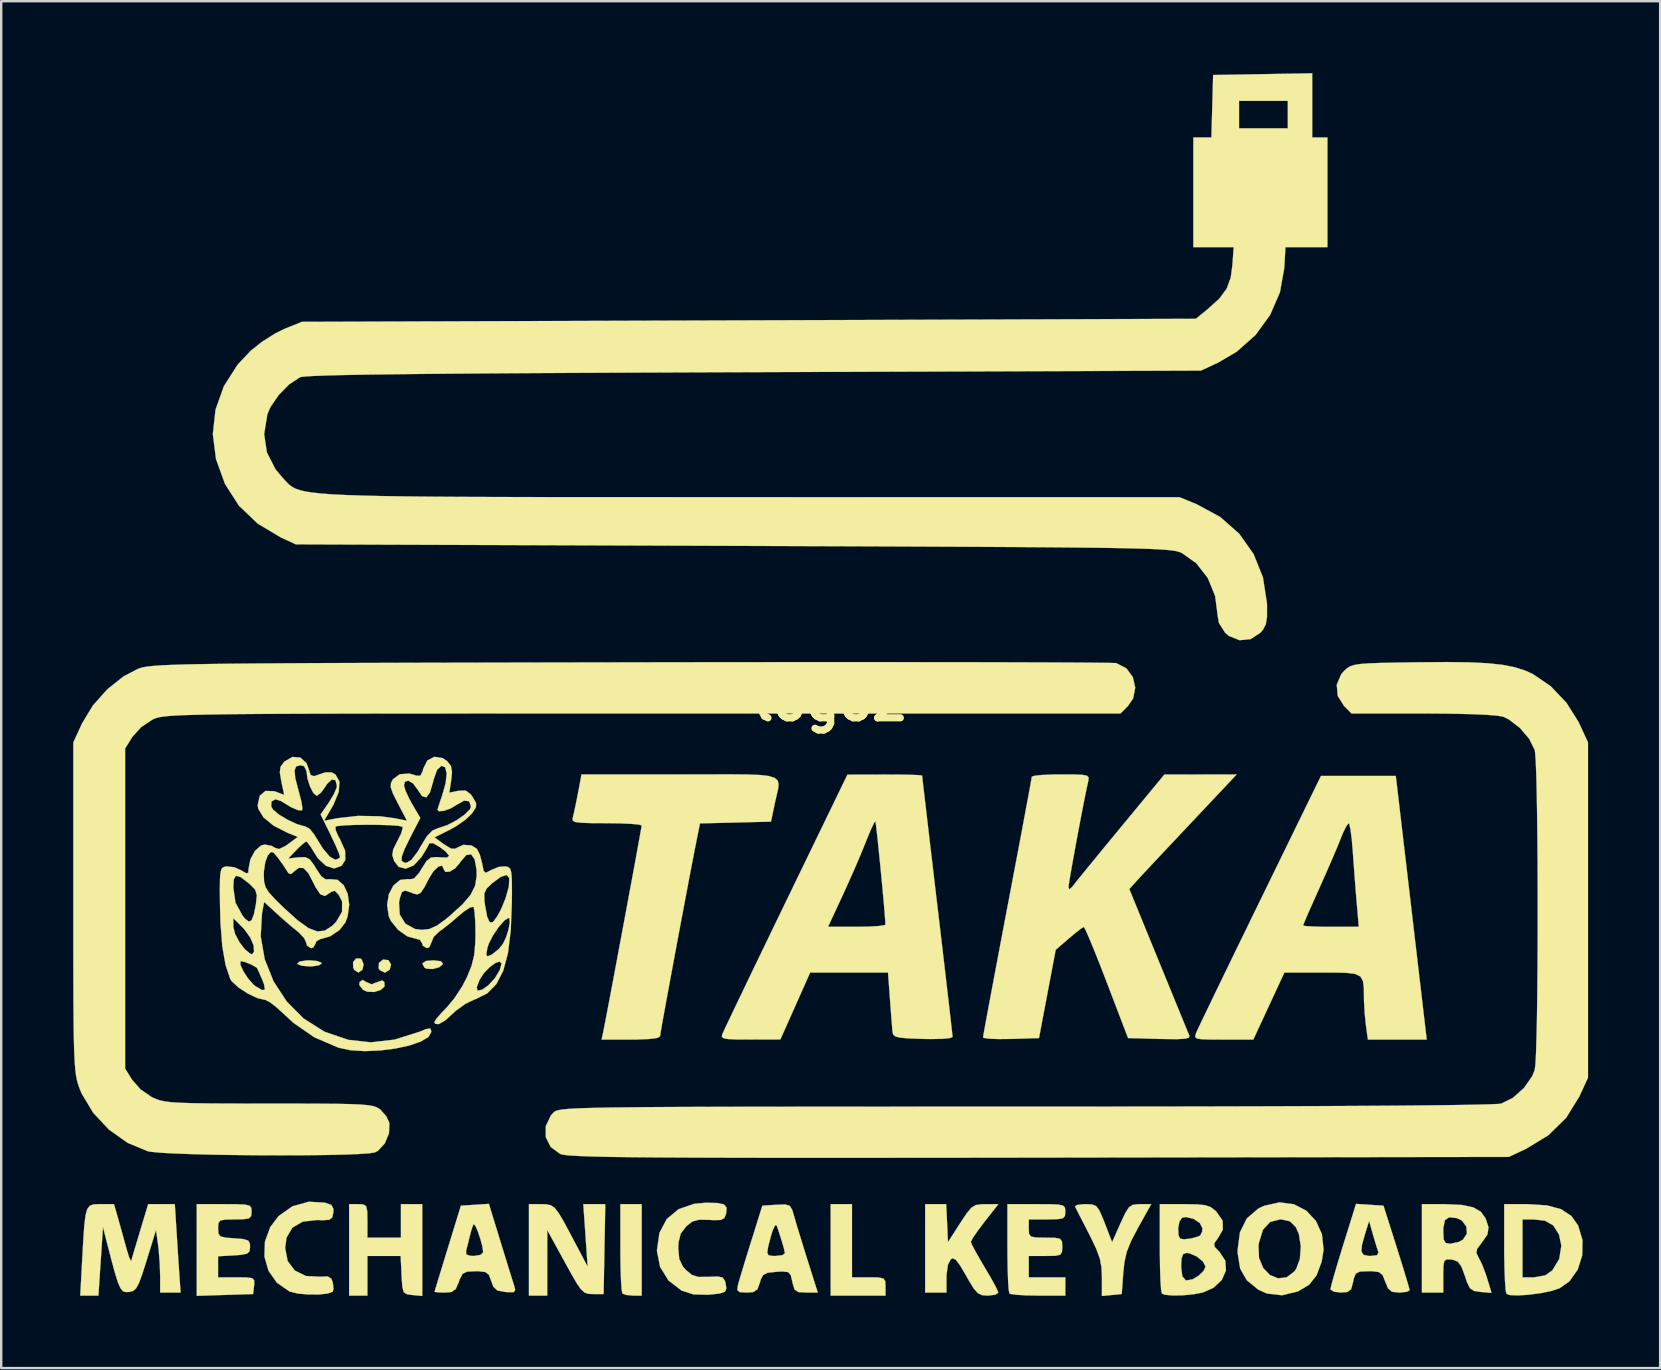
<source format=kicad_pcb>
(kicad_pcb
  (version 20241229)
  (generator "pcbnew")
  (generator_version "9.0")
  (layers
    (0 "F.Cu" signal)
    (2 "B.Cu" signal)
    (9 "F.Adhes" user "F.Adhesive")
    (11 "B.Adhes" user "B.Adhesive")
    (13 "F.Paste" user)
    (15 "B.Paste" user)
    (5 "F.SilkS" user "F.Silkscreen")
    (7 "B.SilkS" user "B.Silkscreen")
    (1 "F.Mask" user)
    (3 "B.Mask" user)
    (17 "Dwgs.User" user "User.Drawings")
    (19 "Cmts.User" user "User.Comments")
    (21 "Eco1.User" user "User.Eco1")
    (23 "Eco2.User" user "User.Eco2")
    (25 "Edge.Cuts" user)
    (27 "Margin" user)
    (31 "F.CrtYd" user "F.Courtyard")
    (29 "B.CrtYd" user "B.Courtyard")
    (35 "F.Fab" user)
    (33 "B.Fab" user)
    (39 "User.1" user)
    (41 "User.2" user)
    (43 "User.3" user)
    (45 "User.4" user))
  (footprint "logo2"
    (layer "F.Cu")
    (at 31.564 26.173)
    (property "Reference" "logo2" (at 0 0 0) (layer "F.SilkS") (effects (font (size 1.524 1.524) (thickness 0.3))))
    (attr through_hole)
    (fp_poly (pts (xy -18.424 10.789) (xy -18.318 10.97) (xy -18.374 11.181) (xy -18.554 11.301) (xy -18.588 11.303) (xy -18.79 11.201) (xy -18.838 11.122) (xy -18.821 10.898) (xy -18.648 10.761) (xy -18.424 10.789)) (stroke (width 0.01) (type solid)) (fill yes) (layer "F.SilkS"))
    (fp_poly (pts (xy -19.593 10.72) (xy -19.541 10.761) (xy -19.461 10.97) (xy -19.516 11.193) (xy -19.675 11.303) (xy -19.685 11.303) (xy -19.842 11.201) (xy -19.896 11.104) (xy -19.902 10.869) (xy -19.775 10.717) (xy -19.593 10.72)) (stroke (width 0.01) (type solid)) (fill yes) (layer "F.SilkS"))
    (fp_poly (pts (xy -16.241 10.831) (xy -16.157 10.941) (xy -16.16 10.954) (xy -16.314 11.085) (xy -16.587 11.156) (xy -16.846 11.142) (xy -16.928 11.097) (xy -17.015 10.923) (xy -16.863 10.821) (xy -16.563 10.795) (xy -16.241 10.831)) (stroke (width 0.01) (type solid)) (fill yes) (layer "F.SilkS"))
    (fp_poly (pts (xy -7.874 24.765) (xy -8.234 24.765) (xy -8.525 24.738) (xy -8.678 24.68) (xy -8.709 24.529) (xy -8.734 24.172) (xy -8.753 23.656) (xy -8.762 23.03) (xy -8.763 22.775) (xy -8.763 20.955) (xy -7.874 20.955) (xy -7.874 24.765)) (stroke (width 0.01) (type solid)) (fill yes) (layer "F.SilkS"))
    (fp_poly (pts (xy 0.889 24.003) (xy 1.587 24.003) (xy 1.987 24.009) (xy 2.195 24.051) (xy 2.274 24.163) (xy 2.286 24.378) (xy 2.286 24.384) (xy 2.286 24.765) (xy 0 24.765) (xy 0 20.955) (xy 0.889 20.955) (xy 0.889 24.003)) (stroke (width 0.01) (type solid)) (fill yes) (layer "F.SilkS"))
    (fp_poly (pts (xy -21.399 10.823) (xy -21.222 10.894) (xy -21.209 10.922) (xy -21.322 11.002) (xy -21.603 11.046) (xy -21.717 11.049) (xy -22.035 11.021) (xy -22.212 10.95) (xy -22.225 10.922) (xy -22.112 10.842) (xy -21.831 10.798) (xy -21.717 10.795) (xy -21.399 10.823)) (stroke (width 0.01) (type solid)) (fill yes) (layer "F.SilkS"))
    (fp_poly (pts (xy -19.346 11.702) (xy -19.129 11.794) (xy -18.919 11.711) (xy -18.69 11.631) (xy -18.597 11.698) (xy -18.589 11.885) (xy -18.758 12.033) (xy -19.026 12.114) (xy -19.317 12.1) (xy -19.489 12.021) (xy -19.641 11.826) (xy -19.63 11.697) (xy -19.505 11.61) (xy -19.346 11.702)) (stroke (width 0.01) (type solid)) (fill yes) (layer "F.SilkS"))
    (fp_poly (pts (xy -19.467 20.967) (xy -19.354 21.044) (xy -19.311 21.248) (xy -19.304 21.643) (xy -19.304 21.654) (xy -19.304 22.352) (xy -17.907 22.352) (xy -17.907 20.955) (xy -17.018 20.955) (xy -17.018 24.781) (xy -17.431 24.741) (xy -17.656 24.71) (xy -17.783 24.63) (xy -17.844 24.439) (xy -17.873 24.077) (xy -17.881 23.908) (xy -17.919 23.114) (xy -19.304 23.114) (xy -19.304 24.765) (xy -20.066 24.765) (xy -20.066 20.955) (xy -19.685 20.955) (xy -19.467 20.967)) (stroke (width 0.01) (type solid)) (fill yes) (layer "F.SilkS"))
    (fp_poly (pts (xy -11.841 20.961) (xy -11.657 21.002) (xy -11.497 21.114) (xy -11.327 21.334) (xy -11.113 21.697) (xy -10.823 22.239) (xy -10.73 22.416) (xy -10.127 23.558) (xy -10.217 22.257) (xy -10.307 20.955) (xy -9.391 20.955) (xy -9.461 24.701) (xy -9.906 24.701) (xy -10.099 24.692) (xy -10.253 24.64) (xy -10.402 24.507) (xy -10.578 24.256) (xy -10.814 23.85) (xy -11.08 23.368) (xy -11.809 22.035) (xy -11.81 23.4) (xy -11.811 24.765) (xy -12.573 24.765) (xy -12.573 20.955) (xy -12.081 20.955) (xy -11.841 20.961)) (stroke (width 0.01) (type solid)) (fill yes) (layer "F.SilkS"))
    (fp_poly (pts (xy 12.809 21.939) (xy 12.518 22.492) (xy 12.34 22.937) (xy 12.241 23.372) (xy 12.194 23.812) (xy 12.129 24.701) (xy 11.716 24.741) (xy 11.303 24.781) (xy 11.303 24.008) (xy 11.285 23.587) (xy 11.215 23.217) (xy 11.067 22.814) (xy 10.817 22.293) (xy 10.764 22.19) (xy 10.524 21.722) (xy 10.328 21.34) (xy 10.207 21.1) (xy 10.182 21.05) (xy 10.265 20.99) (xy 10.525 20.957) (xy 10.626 20.955) (xy 10.89 20.966) (xy 11.062 21.033) (xy 11.195 21.21) (xy 11.344 21.55) (xy 11.421 21.746) (xy 11.728 22.538) (xy 12.081 21.746) (xy 12.276 21.327) (xy 12.426 21.09) (xy 12.583 20.984) (xy 12.802 20.956) (xy 12.896 20.955) (xy 13.358 20.955) (xy 12.809 21.939)) (stroke (width 0.01) (type solid)) (fill yes) (layer "F.SilkS"))
    (fp_poly (pts (xy -21.077 20.892) (xy -20.805 20.988) (xy -20.718 21.157) (xy -20.725 21.311) (xy -20.768 21.507) (xy -20.88 21.601) (xy -21.132 21.624) (xy -21.399 21.616) (xy -21.997 21.682) (xy -22.426 21.93) (xy -22.674 22.349) (xy -22.733 22.782) (xy -22.627 23.326) (xy -22.328 23.723) (xy -21.866 23.949) (xy -21.271 23.979) (xy -20.96 23.967) (xy -20.808 24.058) (xy -20.745 24.224) (xy -20.716 24.484) (xy -20.749 24.602) (xy -20.959 24.681) (xy -21.331 24.72) (xy -21.776 24.719) (xy -22.205 24.68) (xy -22.53 24.601) (xy -22.553 24.592) (xy -23.078 24.228) (xy -23.428 23.726) (xy -23.596 23.138) (xy -23.574 22.516) (xy -23.354 21.912) (xy -23.008 21.454) (xy -22.426 21.043) (xy -21.75 20.854) (xy -21.077 20.892)) (stroke (width 0.01) (type solid)) (fill yes) (layer "F.SilkS"))
    (fp_poly (pts (xy 29.051 20.955) (xy 29.847 21.005) (xy 30.44 21.165) (xy 30.867 21.45) (xy 31.147 21.844) (xy 31.33 22.453) (xy 31.319 23.086) (xy 31.131 23.68) (xy 30.785 24.169) (xy 30.384 24.455) (xy 30.047 24.568) (xy 29.598 24.662) (xy 29.109 24.728) (xy 28.655 24.758) (xy 28.312 24.745) (xy 28.162 24.694) (xy 28.128 24.538) (xy 28.1 24.176) (xy 28.079 23.657) (xy 28.068 23.028) (xy 28.067 22.775) (xy 28.067 21.59) (xy 28.829 21.59) (xy 28.829 24.003) (xy 29.315 24.003) (xy 29.778 23.923) (xy 30.075 23.711) (xy 30.361 23.236) (xy 30.448 22.682) (xy 30.351 22.221) (xy 30.114 21.842) (xy 29.761 21.643) (xy 29.282 21.59) (xy 28.829 21.59) (xy 28.067 21.59) (xy 28.067 20.955) (xy 29.051 20.955)) (stroke (width 0.01) (type solid)) (fill yes) (layer "F.SilkS"))
    (fp_poly (pts (xy -24.732 20.958) (xy -24.396 20.974) (xy -24.216 21.018) (xy -24.144 21.104) (xy -24.13 21.244) (xy -24.13 21.273) (xy -24.148 21.454) (xy -24.244 21.549) (xy -24.48 21.585) (xy -24.828 21.59) (xy -25.228 21.597) (xy -25.436 21.639) (xy -25.515 21.75) (xy -25.527 21.963) (xy -25.527 21.964) (xy -25.512 22.183) (xy -25.424 22.299) (xy -25.2 22.352) (xy -24.86 22.377) (xy -24.471 22.41) (xy -24.272 22.473) (xy -24.201 22.599) (xy -24.194 22.733) (xy -24.215 22.92) (xy -24.323 23.02) (xy -24.58 23.069) (xy -24.86 23.089) (xy -25.527 23.127) (xy -25.527 24.003) (xy -24.757 24.003) (xy -24.332 24.008) (xy -24.106 24.04) (xy -24.021 24.128) (xy -24.02 24.297) (xy -24.026 24.352) (xy -24.067 24.701) (xy -25.241 24.738) (xy -26.416 24.775) (xy -26.416 20.955) (xy -25.273 20.955) (xy -24.732 20.958)) (stroke (width 0.01) (type solid)) (fill yes) (layer "F.SilkS"))
    (fp_poly (pts (xy 4.852 21.746) (xy 4.889 22.537) (xy 5.397 21.747) (xy 5.666 21.341) (xy 5.862 21.105) (xy 6.046 20.993) (xy 6.28 20.959) (xy 6.447 20.956) (xy 6.989 20.955) (xy 6.415 21.685) (xy 6.136 22.056) (xy 5.931 22.353) (xy 5.843 22.519) (xy 5.842 22.526) (xy 5.904 22.679) (xy 6.07 22.99) (xy 6.308 23.403) (xy 6.413 23.579) (xy 6.672 24.018) (xy 6.87 24.379) (xy 6.975 24.604) (xy 6.985 24.643) (xy 6.873 24.724) (xy 6.6 24.764) (xy 6.547 24.765) (xy 6.312 24.748) (xy 6.134 24.665) (xy 5.962 24.468) (xy 5.743 24.111) (xy 5.644 23.935) (xy 5.394 23.509) (xy 5.22 23.279) (xy 5.091 23.212) (xy 5.003 23.252) (xy 4.886 23.483) (xy 4.829 23.891) (xy 4.826 24.019) (xy 4.826 24.638) (xy 3.937 24.638) (xy 3.937 20.955) (xy 4.814 20.955) (xy 4.852 21.746)) (stroke (width 0.01) (type solid)) (fill yes) (layer "F.SilkS"))
    (fp_poly (pts (xy 19.304 20.959) (xy 19.82 21.227) (xy 20.22 21.652) (xy 20.471 22.204) (xy 20.541 22.85) (xy 20.463 23.346) (xy 20.248 23.922) (xy 19.938 24.313) (xy 19.48 24.587) (xy 19.467 24.592) (xy 18.808 24.752) (xy 18.175 24.678) (xy 17.819 24.517) (xy 17.341 24.127) (xy 17.064 23.639) (xy 16.961 23.001) (xy 16.959 22.868) (xy 16.981 22.696) (xy 17.827 22.696) (xy 17.852 23.204) (xy 18.025 23.616) (xy 18.303 23.906) (xy 18.641 24.045) (xy 18.995 24.006) (xy 19.319 23.763) (xy 19.397 23.659) (xy 19.553 23.238) (xy 19.591 22.713) (xy 19.512 22.203) (xy 19.386 21.918) (xy 19.139 21.67) (xy 18.785 21.591) (xy 18.733 21.59) (xy 18.31 21.697) (xy 18.015 22.02) (xy 17.846 22.562) (xy 17.827 22.696) (xy 16.981 22.696) (xy 17.055 22.127) (xy 17.343 21.548) (xy 17.82 21.138) (xy 18.058 21.024) (xy 18.706 20.88) (xy 19.304 20.959)) (stroke (width 0.01) (type solid)) (fill yes) (layer "F.SilkS"))
    (fp_poly (pts (xy -4.71 20.908) (xy -4.438 20.968) (xy -4.334 21.1) (xy -4.353 21.329) (xy -4.361 21.362) (xy -4.43 21.534) (xy -4.574 21.613) (xy -4.863 21.622) (xy -5.068 21.61) (xy -5.484 21.603) (xy -5.757 21.676) (xy -5.995 21.859) (xy -6.026 21.89) (xy -6.249 22.186) (xy -6.34 22.548) (xy -6.35 22.797) (xy -6.309 23.238) (xy -6.159 23.553) (xy -6.026 23.703) (xy -5.782 23.903) (xy -5.514 23.987) (xy -5.115 23.985) (xy -5.08 23.983) (xy -4.702 23.969) (xy -4.503 24.014) (xy -4.409 24.144) (xy -4.381 24.24) (xy -4.343 24.47) (xy -4.406 24.605) (xy -4.618 24.679) (xy -5.028 24.723) (xy -5.112 24.73) (xy -5.721 24.715) (xy -6.211 24.555) (xy -6.22 24.55) (xy -6.758 24.136) (xy -7.107 23.573) (xy -7.239 22.907) (xy -7.239 22.871) (xy -7.134 22.148) (xy -6.829 21.574) (xy -6.341 21.166) (xy -5.686 20.939) (xy -5.19 20.895) (xy -4.71 20.908)) (stroke (width 0.01) (type solid)) (fill yes) (layer "F.SilkS"))
    (fp_poly (pts (xy 9.131 20.957) (xy 9.484 20.972) (xy 9.678 21.012) (xy 9.76 21.09) (xy 9.779 21.219) (xy 9.779 21.273) (xy 9.763 21.448) (xy 9.675 21.543) (xy 9.455 21.582) (xy 9.044 21.59) (xy 9.017 21.59) (xy 8.255 21.59) (xy 8.255 21.971) (xy 8.267 22.189) (xy 8.344 22.302) (xy 8.548 22.345) (xy 8.943 22.352) (xy 8.954 22.352) (xy 9.353 22.358) (xy 9.561 22.4) (xy 9.64 22.512) (xy 9.652 22.727) (xy 9.652 22.733) (xy 9.64 22.951) (xy 9.563 23.064) (xy 9.359 23.107) (xy 8.964 23.114) (xy 8.954 23.114) (xy 8.255 23.114) (xy 8.255 24.003) (xy 9.779 24.003) (xy 9.779 24.765) (xy 8.657 24.765) (xy 8.146 24.756) (xy 7.736 24.732) (xy 7.49 24.697) (xy 7.451 24.68) (xy 7.42 24.529) (xy 7.395 24.172) (xy 7.376 23.656) (xy 7.367 23.03) (xy 7.366 22.775) (xy 7.366 20.955) (xy 8.572 20.955) (xy 9.131 20.957)) (stroke (width 0.01) (type solid)) (fill yes) (layer "F.SilkS"))
    (fp_poly (pts (xy 26.282 20.986) (xy 26.772 21.086) (xy 27.096 21.272) (xy 27.291 21.546) (xy 27.415 21.922) (xy 27.367 22.224) (xy 27.129 22.563) (xy 27.129 22.563) (xy 26.938 22.817) (xy 26.909 22.999) (xy 27.001 23.181) (xy 27.143 23.462) (xy 27.297 23.865) (xy 27.357 24.049) (xy 27.538 24.652) (xy 27.082 24.613) (xy 26.808 24.571) (xy 26.64 24.458) (xy 26.516 24.21) (xy 26.426 23.939) (xy 26.284 23.555) (xy 26.14 23.354) (xy 25.939 23.273) (xy 25.876 23.264) (xy 25.678 23.254) (xy 25.574 23.32) (xy 25.534 23.522) (xy 25.527 23.918) (xy 25.527 24.638) (xy 24.638 24.638) (xy 24.638 22.105) (xy 25.527 22.105) (xy 25.546 22.431) (xy 25.631 22.574) (xy 25.82 22.606) (xy 26.164 22.532) (xy 26.347 22.435) (xy 26.513 22.185) (xy 26.49 21.889) (xy 26.303 21.637) (xy 26.094 21.537) (xy 25.771 21.501) (xy 25.596 21.623) (xy 25.531 21.941) (xy 25.527 22.105) (xy 24.638 22.105) (xy 24.638 20.955) (xy 25.585 20.955) (xy 26.282 20.986)) (stroke (width 0.01) (type solid)) (fill yes) (layer "F.SilkS"))
    (fp_poly (pts (xy 22.465 20.981) (xy 23.036 21.018) (xy 23.581 22.733) (xy 23.776 23.356) (xy 23.941 23.891) (xy 24.061 24.293) (xy 24.123 24.516) (xy 24.127 24.543) (xy 24.018 24.606) (xy 23.745 24.637) (xy 23.695 24.638) (xy 23.392 24.607) (xy 23.225 24.464) (xy 23.114 24.194) (xy 23.002 23.915) (xy 22.85 23.787) (xy 22.568 23.75) (xy 22.411 23.749) (xy 22.063 23.763) (xy 21.887 23.841) (xy 21.803 24.041) (xy 21.772 24.194) (xy 21.69 24.493) (xy 21.54 24.615) (xy 21.258 24.638) (xy 20.97 24.602) (xy 20.83 24.513) (xy 20.828 24.498) (xy 20.864 24.331) (xy 20.963 23.971) (xy 21.112 23.464) (xy 21.276 22.925) (xy 22.116 22.925) (xy 22.205 23.068) (xy 22.423 23.113) (xy 22.493 23.114) (xy 22.766 23.082) (xy 22.829 22.971) (xy 22.817 22.931) (xy 22.741 22.701) (xy 22.633 22.341) (xy 22.592 22.201) (xy 22.438 21.654) (xy 22.278 22.162) (xy 22.143 22.638) (xy 22.116 22.925) (xy 21.276 22.925) (xy 21.296 22.859) (xy 21.36 22.65) (xy 21.893 20.943) (xy 22.465 20.981)) (stroke (width 0.01) (type solid)) (fill yes) (layer "F.SilkS"))
    (fp_poly (pts (xy -29.673 21.622) (xy -29.528 22.138) (xy -29.382 22.667) (xy -29.329 22.86) (xy -29.234 23.167) (xy -29.163 23.313) (xy -29.142 23.305) (xy -29.092 23.133) (xy -28.988 22.78) (xy -28.847 22.31) (xy -28.774 22.066) (xy -28.44 20.955) (xy -27.329 20.955) (xy -27.251 22.193) (xy -27.212 22.811) (xy -27.173 23.408) (xy -27.141 23.888) (xy -27.131 24.035) (xy -27.088 24.638) (xy -27.94 24.638) (xy -27.94 23.957) (xy -27.958 23.413) (xy -28.003 22.846) (xy -28.026 22.655) (xy -28.113 22.035) (xy -28.506 23.305) (xy -28.688 23.876) (xy -28.826 24.248) (xy -28.944 24.464) (xy -29.068 24.571) (xy -29.223 24.612) (xy -29.24 24.614) (xy -29.382 24.619) (xy -29.497 24.575) (xy -29.6 24.447) (xy -29.705 24.201) (xy -29.829 23.803) (xy -29.987 23.22) (xy -30.145 22.606) (xy -30.323 21.907) (xy -30.513 24.765) (xy -31.27 24.765) (xy -31.186 23.209) (xy -31.141 22.404) (xy -31.1 21.818) (xy -31.05 21.416) (xy -30.979 21.163) (xy -30.876 21.025) (xy -30.729 20.967) (xy -30.526 20.955) (xy -30.415 20.955) (xy -29.863 20.955) (xy -29.673 21.622)) (stroke (width 0.01) (type solid)) (fill yes) (layer "F.SilkS"))
    (fp_poly (pts (xy -13.782 22.441) (xy -13.593 23.055) (xy -13.421 23.611) (xy -13.285 24.047) (xy -13.205 24.296) (xy -13.144 24.529) (xy -13.205 24.621) (xy -13.446 24.623) (xy -13.557 24.614) (xy -13.884 24.555) (xy -14.054 24.4) (xy -14.143 24.162) (xy -14.24 23.901) (xy -14.391 23.782) (xy -14.682 23.75) (xy -14.804 23.749) (xy -15.153 23.767) (xy -15.34 23.859) (xy -15.457 24.086) (xy -15.494 24.194) (xy -15.623 24.493) (xy -15.804 24.616) (xy -16.075 24.638) (xy -16.364 24.63) (xy -16.503 24.61) (xy -16.506 24.606) (xy -16.469 24.48) (xy -16.371 24.155) (xy -16.224 23.674) (xy -16.042 23.081) (xy -15.984 22.892) (xy -15.191 22.892) (xy -15.188 23.05) (xy -15.011 23.109) (xy -14.868 23.114) (xy -14.585 23.068) (xy -14.48 22.955) (xy -14.516 22.71) (xy -14.6 22.394) (xy -14.706 22.082) (xy -14.808 21.854) (xy -14.879 21.784) (xy -14.884 21.791) (xy -14.958 21.99) (xy -15.038 22.288) (xy -15.123 22.64) (xy -15.191 22.892) (xy -15.984 22.892) (xy -15.955 22.797) (xy -15.408 21.018) (xy -14.825 20.98) (xy -14.242 20.942) (xy -13.782 22.441)) (stroke (width 0.01) (type solid)) (fill yes) (layer "F.SilkS"))
    (fp_poly (pts (xy -1.703 21.023) (xy -1.598 21.199) (xy -1.532 21.425) (xy -1.439 21.746) (xy -1.29 22.235) (xy -1.11 22.819) (xy -0.968 23.273) (xy -0.537 24.638) (xy -1.025 24.638) (xy -1.347 24.618) (xy -1.504 24.512) (xy -1.585 24.251) (xy -1.597 24.187) (xy -1.662 23.913) (xy -1.77 23.787) (xy -2.002 23.76) (xy -2.262 23.774) (xy -2.625 23.814) (xy -2.815 23.908) (xy -2.917 24.108) (xy -2.949 24.225) (xy -3.054 24.507) (xy -3.231 24.62) (xy -3.499 24.638) (xy -3.791 24.621) (xy -3.892 24.533) (xy -3.864 24.329) (xy -3.797 24.091) (xy -3.671 23.67) (xy -3.505 23.125) (xy -3.457 22.973) (xy -2.643 22.973) (xy -2.59 23.084) (xy -2.432 23.113) (xy -2.286 23.114) (xy -2.018 23.083) (xy -1.905 23.007) (xy -1.905 23.006) (xy -1.943 22.816) (xy -2.042 22.473) (xy -2.175 22.059) (xy -2.25 21.844) (xy -2.316 21.84) (xy -2.415 22.046) (xy -2.49 22.288) (xy -2.605 22.727) (xy -2.643 22.973) (xy -3.457 22.973) (xy -3.316 22.52) (xy -2.846 21.018) (xy -2.255 20.98) (xy -1.894 20.967) (xy -1.703 21.023)) (stroke (width 0.01) (type solid)) (fill yes) (layer "F.SilkS"))
    (fp_poly (pts (xy 15.263 20.963) (xy 15.605 20.998) (xy 15.833 21.076) (xy 16.017 21.214) (xy 16.071 21.267) (xy 16.333 21.641) (xy 16.344 22.012) (xy 16.142 22.367) (xy 15.988 22.581) (xy 15.996 22.728) (xy 16.178 22.921) (xy 16.206 22.947) (xy 16.447 23.314) (xy 16.472 23.719) (xy 16.301 24.111) (xy 15.956 24.438) (xy 15.52 24.633) (xy 15.126 24.71) (xy 14.673 24.753) (xy 14.243 24.76) (xy 13.921 24.729) (xy 13.801 24.68) (xy 13.77 24.529) (xy 13.745 24.172) (xy 13.726 23.656) (xy 13.725 23.558) (xy 14.605 23.558) (xy 14.653 23.962) (xy 14.807 24.136) (xy 15.08 24.087) (xy 15.339 23.932) (xy 15.55 23.725) (xy 15.621 23.558) (xy 15.515 23.347) (xy 15.261 23.138) (xy 14.958 23.004) (xy 14.831 22.987) (xy 14.688 23.036) (xy 14.62 23.222) (xy 14.605 23.558) (xy 13.725 23.558) (xy 13.717 23.03) (xy 13.716 22.775) (xy 13.716 21.958) (xy 14.48 21.958) (xy 14.494 22.245) (xy 14.56 22.392) (xy 14.728 22.421) (xy 15.016 22.386) (xy 15.305 22.306) (xy 15.399 22.263) (xy 15.478 22.108) (xy 15.494 21.96) (xy 15.384 21.742) (xy 15.124 21.568) (xy 14.815 21.492) (xy 14.647 21.517) (xy 14.535 21.674) (xy 14.48 21.958) (xy 13.716 21.958) (xy 13.716 20.955) (xy 14.738 20.955) (xy 15.263 20.963)) (stroke (width 0.01) (type solid)) (fill yes) (layer "F.SilkS"))
    (fp_poly (pts (xy 24.838 14.097) (xy 22.387 14.097) (xy 22.306 13.508) (xy 22.254 13.008) (xy 22.225 12.503) (xy 22.223 12.397) (xy 22.219 11.959) (xy 22.182 11.658) (xy 22.073 11.466) (xy 21.852 11.36) (xy 21.48 11.314) (xy 20.916 11.303) (xy 20.488 11.303) (xy 18.908 11.303) (xy 18.26 12.7) (xy 17.612 14.097) (xy 16.365 14.097) (xy 15.796 14.095) (xy 15.439 14.082) (xy 15.25 14.048) (xy 15.188 13.981) (xy 15.21 13.871) (xy 15.233 13.811) (xy 15.311 13.641) (xy 15.489 13.266) (xy 15.755 12.713) (xy 16.097 12.003) (xy 16.504 11.163) (xy 16.964 10.216) (xy 17.389 9.345) (xy 19.685 9.345) (xy 19.803 9.368) (xy 20.118 9.386) (xy 20.575 9.397) (xy 20.847 9.398) (xy 22.008 9.398) (xy 21.923 8.414) (xy 21.872 7.801) (xy 21.817 7.075) (xy 21.766 6.374) (xy 21.758 6.255) (xy 21.714 5.744) (xy 21.663 5.346) (xy 21.612 5.115) (xy 21.588 5.08) (xy 21.496 5.188) (xy 21.358 5.465) (xy 21.269 5.683) (xy 21.127 6.036) (xy 20.908 6.551) (xy 20.644 7.158) (xy 20.363 7.789) (xy 20.11 8.354) (xy 19.899 8.83) (xy 19.752 9.173) (xy 19.687 9.338) (xy 19.685 9.345) (xy 17.389 9.345) (xy 17.465 9.187) (xy 17.889 8.319) (xy 20.432 3.111) (xy 23.55 3.111) (xy 24.838 14.097)) (stroke (width 0.01) (type solid)) (fill yes) (layer "F.SilkS"))
    (fp_poly (pts (xy -3.484 3.05) (xy -2.952 3.071) (xy -2.578 3.115) (xy -2.339 3.188) (xy -2.211 3.298) (xy -2.169 3.452) (xy -2.191 3.658) (xy -2.252 3.923) (xy -2.328 4.254) (xy -2.328 4.255) (xy -2.486 5.016) (xy -3.966 5.052) (xy -5.445 5.088) (xy -5.579 5.751) (xy -5.665 6.186) (xy -5.781 6.784) (xy -5.92 7.511) (xy -6.075 8.331) (xy -6.24 9.207) (xy -6.408 10.104) (xy -6.572 10.986) (xy -6.726 11.816) (xy -6.863 12.561) (xy -6.977 13.183) (xy -7.059 13.646) (xy -7.105 13.915) (xy -7.112 13.968) (xy -7.233 14.03) (xy -7.574 14.074) (xy -8.102 14.095) (xy -8.329 14.097) (xy -9.545 14.097) (xy -9.471 13.748) (xy -9.42 13.491) (xy -9.333 13.039) (xy -9.216 12.426) (xy -9.077 11.688) (xy -8.922 10.86) (xy -8.757 9.977) (xy -8.588 9.075) (xy -8.424 8.189) (xy -8.269 7.355) (xy -8.131 6.607) (xy -8.017 5.98) (xy -7.932 5.511) (xy -7.884 5.235) (xy -7.875 5.175) (xy -7.993 5.138) (xy -8.315 5.107) (xy -8.792 5.087) (xy -9.343 5.08) (xy -9.973 5.077) (xy -10.389 5.063) (xy -10.631 5.033) (xy -10.74 4.979) (xy -10.756 4.896) (xy -10.747 4.858) (xy -10.69 4.619) (xy -10.607 4.224) (xy -10.532 3.842) (xy -10.381 3.048) (xy -6.27 3.048) (xy -5.119 3.046) (xy -4.198 3.044) (xy -3.484 3.05)) (stroke (width 0.01) (type solid)) (fill yes) (layer "F.SilkS"))
    (fp_poly (pts (xy 2.849 3.055) (xy 3.339 3.063) (xy 3.675 3.077) (xy 3.809 3.095) (xy 3.81 3.097) (xy 3.824 3.229) (xy 3.866 3.587) (xy 3.931 4.146) (xy 4.017 4.877) (xy 4.12 5.757) (xy 4.238 6.757) (xy 4.367 7.853) (xy 4.445 8.509) (xy 4.58 9.65) (xy 4.705 10.713) (xy 4.817 11.673) (xy 4.913 12.501) (xy 4.99 13.173) (xy 5.045 13.66) (xy 5.075 13.937) (xy 5.08 13.989) (xy 4.962 14.037) (xy 4.641 14.066) (xy 4.169 14.075) (xy 3.842 14.07) (xy 3.27 14.049) (xy 2.905 14.019) (xy 2.7 13.969) (xy 2.606 13.889) (xy 2.578 13.78) (xy 2.558 13.541) (xy 2.525 13.124) (xy 2.486 12.607) (xy 2.472 12.414) (xy 2.39 11.303) (xy -0.853 11.303) (xy -1.474 12.697) (xy -2.095 14.091) (xy -3.347 14.094) (xy -3.919 14.092) (xy -4.279 14.076) (xy -4.47 14.039) (xy -4.534 13.972) (xy -4.516 13.875) (xy -4.445 13.718) (xy -4.274 13.356) (xy -4.016 12.814) (xy -3.68 12.114) (xy -3.28 11.28) (xy -2.825 10.337) (xy -2.372 9.398) (xy -0.11 9.398) (xy 1.088 9.398) (xy 1.604 9.389) (xy 2.008 9.364) (xy 2.245 9.327) (xy 2.283 9.303) (xy 2.268 9.055) (xy 2.234 8.632) (xy 2.186 8.086) (xy 2.128 7.466) (xy 2.066 6.823) (xy 2.004 6.207) (xy 1.948 5.669) (xy 1.902 5.26) (xy 1.872 5.029) (xy 1.864 4.997) (xy 1.801 5.084) (xy 1.673 5.355) (xy 1.506 5.757) (xy 1.46 5.873) (xy 1.248 6.394) (xy 0.97 7.043) (xy 0.668 7.72) (xy 0.496 8.096) (xy -0.11 9.398) (xy -2.372 9.398) (xy -2.328 9.307) (xy -1.867 8.355) (xy 0.699 3.057) (xy 2.254 3.053) (xy 2.849 3.055)) (stroke (width 0.01) (type solid)) (fill yes) (layer "F.SilkS"))
    (fp_poly (pts (xy 14.975 5.112) (xy 14.391 5.731) (xy 13.851 6.306) (xy 13.383 6.805) (xy 13.018 7.196) (xy 12.786 7.447) (xy 12.737 7.5) (xy 12.445 7.825) (xy 13.663 10.802) (xy 13.999 11.622) (xy 14.304 12.368) (xy 14.566 13.008) (xy 14.77 13.506) (xy 14.903 13.831) (xy 14.949 13.943) (xy 14.928 14.017) (xy 14.765 14.062) (xy 14.428 14.079) (xy 13.88 14.074) (xy 13.705 14.07) (xy 12.393 14.034) (xy 11.507 11.716) (xy 11.231 11.003) (xy 10.983 10.379) (xy 10.777 9.881) (xy 10.629 9.544) (xy 10.553 9.404) (xy 10.549 9.402) (xy 10.422 9.48) (xy 10.167 9.68) (xy 9.928 9.881) (xy 9.378 10.356) (xy 8.681 14.034) (xy 7.516 14.07) (xy 7.007 14.076) (xy 6.611 14.061) (xy 6.383 14.029) (xy 6.35 14.006) (xy 6.373 13.864) (xy 6.439 13.499) (xy 6.543 12.936) (xy 6.68 12.203) (xy 6.845 11.325) (xy 7.033 10.328) (xy 7.239 9.239) (xy 7.366 8.572) (xy 7.581 7.442) (xy 7.78 6.388) (xy 7.96 5.439) (xy 8.113 4.618) (xy 8.237 3.954) (xy 8.325 3.471) (xy 8.374 3.197) (xy 8.382 3.143) (xy 8.5 3.102) (xy 8.816 3.07) (xy 9.277 3.051) (xy 9.591 3.048) (xy 10.15 3.05) (xy 10.5 3.065) (xy 10.685 3.103) (xy 10.75 3.176) (xy 10.741 3.294) (xy 10.732 3.334) (xy 10.661 3.659) (xy 10.563 4.144) (xy 10.447 4.739) (xy 10.323 5.392) (xy 10.2 6.053) (xy 10.088 6.669) (xy 9.996 7.191) (xy 9.934 7.567) (xy 9.911 7.746) (xy 9.911 7.747) (xy 9.949 7.841) (xy 10.075 7.721) (xy 10.103 7.684) (xy 10.237 7.514) (xy 10.506 7.181) (xy 10.886 6.716) (xy 11.348 6.152) (xy 11.868 5.521) (xy 12.099 5.241) (xy 13.906 3.053) (xy 16.92 3.048) (xy 14.975 5.112)) (stroke (width 0.01) (type solid)) (fill yes) (layer "F.SilkS"))
    (fp_poly (pts (xy 26.63 -1.622) (xy 27.393 -1.584) (xy 28.008 -1.517) (xy 28.509 -1.418) (xy 28.932 -1.284) (xy 29.267 -1.132) (xy 30.006 -0.627) (xy 30.661 0.062) (xy 31.165 0.862) (xy 31.2 0.938) (xy 31.559 1.714) (xy 31.559 15.684) (xy 31.193 16.478) (xy 30.651 17.353) (xy 29.909 18.082) (xy 28.986 18.645) (xy 28.978 18.649) (xy 28.258 18.986) (xy 8.7 19.015) (xy 6.049 19.019) (xy 3.64 19.021) (xy 1.463 19.023) (xy -0.495 19.023) (xy -2.244 19.023) (xy -3.797 19.021) (xy -5.165 19.017) (xy -6.359 19.012) (xy -7.391 19.006) (xy -8.272 18.998) (xy -9.014 18.988) (xy -9.627 18.977) (xy -10.125 18.963) (xy -10.518 18.947) (xy -10.817 18.93) (xy -11.034 18.91) (xy -11.18 18.888) (xy -11.268 18.864) (xy -11.272 18.862) (xy -11.668 18.57) (xy -11.871 18.163) (xy -11.873 17.707) (xy -11.661 17.263) (xy -11.554 17.142) (xy -11.517 17.108) (xy -11.467 17.078) (xy -11.394 17.05) (xy -11.284 17.026) (xy -11.126 17.004) (xy -10.908 16.984) (xy -10.618 16.967) (xy -10.243 16.953) (xy -9.772 16.94) (xy -9.193 16.929) (xy -8.494 16.92) (xy -7.662 16.912) (xy -6.686 16.906) (xy -5.553 16.901) (xy -4.253 16.897) (xy -2.771 16.895) (xy -1.098 16.893) (xy 0.78 16.892) (xy 2.875 16.891) (xy 5.198 16.89) (xy 7.762 16.89) (xy 8.096 16.89) (xy 10.893 16.889) (xy 13.498 16.887) (xy 15.905 16.883) (xy 18.109 16.877) (xy 20.105 16.87) (xy 21.888 16.861) (xy 23.452 16.851) (xy 24.792 16.839) (xy 25.903 16.826) (xy 26.78 16.812) (xy 27.418 16.796) (xy 27.811 16.779) (xy 27.946 16.765) (xy 28.433 16.522) (xy 28.889 16.115) (xy 29.232 15.626) (xy 29.339 15.36) (xy 29.368 15.132) (xy 29.392 14.682) (xy 29.413 14.038) (xy 29.431 13.233) (xy 29.444 12.297) (xy 29.454 11.26) (xy 29.461 10.154) (xy 29.463 9.008) (xy 29.462 7.854) (xy 29.458 6.722) (xy 29.449 5.643) (xy 29.437 4.648) (xy 29.422 3.768) (xy 29.403 3.032) (xy 29.38 2.473) (xy 29.353 2.12) (xy 29.338 2.026) (xy 29.109 1.565) (xy 28.723 1.113) (xy 28.263 0.758) (xy 28.027 0.643) (xy 27.779 0.599) (xy 27.306 0.562) (xy 26.638 0.534) (xy 25.802 0.516) (xy 24.828 0.508) (xy 24.687 0.508) (xy 21.705 0.508) (xy 21.394 0.196) (xy 21.129 -0.226) (xy 21.09 -0.691) (xy 21.276 -1.13) (xy 21.409 -1.28) (xy 21.523 -1.38) (xy 21.646 -1.457) (xy 21.812 -1.513) (xy 22.057 -1.553) (xy 22.416 -1.58) (xy 22.925 -1.599) (xy 23.617 -1.613) (xy 24.519 -1.626) (xy 25.684 -1.634) (xy 26.63 -1.622)) (stroke (width 0.01) (type solid)) (fill yes) (layer "F.SilkS"))
    (fp_poly (pts (xy 20.066 -23.495) (xy 20.701 -23.495) (xy 20.701 -18.923) (xy 18.952 -18.923) (xy 18.903 -18.057) (xy 18.723 -17.046) (xy 18.315 -16.103) (xy 17.705 -15.264) (xy 16.917 -14.565) (xy 16.151 -14.117) (xy 15.431 -13.78) (xy -3.175 -13.716) (xy -5.89 -13.706) (xy -8.36 -13.696) (xy -10.593 -13.686) (xy -12.598 -13.675) (xy -14.385 -13.663) (xy -15.961 -13.651) (xy -17.336 -13.638) (xy -18.517 -13.624) (xy -19.515 -13.61) (xy -20.337 -13.594) (xy -20.993 -13.577) (xy -21.491 -13.559) (xy -21.84 -13.539) (xy -22.048 -13.518) (xy -22.115 -13.502) (xy -22.566 -13.205) (xy -23.003 -12.759) (xy -23.345 -12.26) (xy -23.474 -11.957) (xy -23.607 -11.133) (xy -23.493 -10.369) (xy -23.132 -9.665) (xy -22.825 -9.299) (xy -22.725 -9.192) (xy -22.634 -9.095) (xy -22.541 -9.007) (xy -22.432 -8.929) (xy -22.295 -8.859) (xy -22.117 -8.797) (xy -21.886 -8.743) (xy -21.59 -8.697) (xy -21.217 -8.656) (xy -20.752 -8.622) (xy -20.185 -8.594) (xy -19.502 -8.571) (xy -18.692 -8.552) (xy -17.741 -8.537) (xy -16.638 -8.526) (xy -15.369 -8.518) (xy -13.922 -8.513) (xy -12.285 -8.509) (xy -10.445 -8.507) (xy -8.39 -8.507) (xy -6.107 -8.506) (xy -3.584 -8.506) (xy -3.311 -8.506) (xy 14.541 -8.503) (xy 15.263 -8.206) (xy 16.232 -7.68) (xy 17.025 -6.982) (xy 17.624 -6.135) (xy 18.014 -5.161) (xy 18.181 -4.083) (xy 18.184 -4) (xy 18.183 -3.523) (xy 18.135 -3.214) (xy 18.019 -2.989) (xy 17.908 -2.858) (xy 17.502 -2.591) (xy 17.042 -2.545) (xy 16.597 -2.721) (xy 16.441 -2.852) (xy 16.18 -3.263) (xy 16.129 -3.557) (xy 16.021 -4.389) (xy 15.716 -5.135) (xy 15.239 -5.75) (xy 14.641 -6.175) (xy 14.567 -6.208) (xy 14.477 -6.238) (xy 14.358 -6.265) (xy 14.196 -6.289) (xy 13.981 -6.311) (xy 13.699 -6.33) (xy 13.337 -6.348) (xy 12.883 -6.363) (xy 12.325 -6.377) (xy 11.65 -6.39) (xy 10.845 -6.401) (xy 9.898 -6.411) (xy 8.797 -6.42) (xy 7.528 -6.429) (xy 6.079 -6.437) (xy 4.438 -6.445) (xy 2.592 -6.453) (xy 0.529 -6.461) (xy -1.764 -6.469) (xy -4.064 -6.477) (xy -22.288 -6.54) (xy -22.913 -6.829) (xy -23.877 -7.404) (xy -24.656 -8.15) (xy -25.239 -9.057) (xy -25.613 -10.094) (xy -25.745 -11.135) (xy -25.632 -12.157) (xy -25.284 -13.132) (xy -24.712 -14.028) (xy -24.167 -14.607) (xy -23.694 -14.982) (xy -23.156 -15.323) (xy -22.764 -15.517) (xy -22.035 -15.812) (xy 15.216 -15.938) (xy 15.696 -16.327) (xy 16.192 -16.775) (xy 16.503 -17.193) (xy 16.672 -17.66) (xy 16.739 -18.159) (xy 16.795 -18.923) (xy 15.113 -18.923) (xy 15.113 -23.495) (xy 15.866 -23.495) (xy 15.908 -25.019) (xy 17.018 -25.019) (xy 17.018 -23.876) (xy 19.05 -23.876) (xy 19.05 -25.019) (xy 17.018 -25.019) (xy 15.908 -25.019) (xy 15.938 -26.099) (xy 20.066 -26.168) (xy 20.066 -23.495)) (stroke (width 0.01) (type solid)) (fill yes) (layer "F.SilkS"))
    (fp_poly (pts (xy 2.048 -1.631) (xy 3.81 -1.63) (xy 5.436 -1.629) (xy 6.912 -1.626) (xy 8.225 -1.622) (xy 9.36 -1.618) (xy 10.304 -1.613) (xy 11.043 -1.607) (xy 11.562 -1.601) (xy 11.849 -1.594) (xy 11.903 -1.59) (xy 12.322 -1.374) (xy 12.592 -1.01) (xy 12.692 -0.568) (xy 12.604 -0.119) (xy 12.388 0.196) (xy 12.077 0.508) (xy -7.828 0.508) (xy -10.457 0.508) (xy -12.844 0.508) (xy -15.001 0.509) (xy -16.94 0.51) (xy -18.673 0.511) (xy -20.213 0.514) (xy -21.57 0.517) (xy -22.758 0.521) (xy -23.789 0.527) (xy -24.673 0.534) (xy -25.424 0.543) (xy -26.053 0.553) (xy -26.573 0.565) (xy -26.995 0.579) (xy -27.331 0.596) (xy -27.594 0.614) (xy -27.796 0.636) (xy -27.948 0.659) (xy -28.063 0.686) (xy -28.152 0.715) (xy -28.228 0.748) (xy -28.276 0.771) (xy -28.74 1.084) (xy -29.1 1.486) (xy -29.11 1.501) (xy -29.401 1.968) (xy -29.401 15.303) (xy -29.11 15.771) (xy -28.757 16.173) (xy -28.294 16.492) (xy -28.276 16.501) (xy -28.119 16.572) (xy -27.951 16.629) (xy -27.745 16.673) (xy -27.471 16.707) (xy -27.103 16.731) (xy -26.61 16.747) (xy -25.965 16.757) (xy -25.139 16.762) (xy -24.104 16.764) (xy -23.409 16.764) (xy -22.243 16.765) (xy -21.305 16.768) (xy -20.567 16.774) (xy -20.001 16.786) (xy -19.581 16.804) (xy -19.281 16.831) (xy -19.072 16.867) (xy -18.927 16.914) (xy -18.821 16.974) (xy -18.765 17.015) (xy -18.516 17.292) (xy -18.387 17.576) (xy -18.405 18.005) (xy -18.58 18.424) (xy -18.863 18.73) (xy -18.989 18.797) (xy -19.22 18.835) (xy -19.669 18.866) (xy -20.297 18.89) (xy -21.068 18.907) (xy -21.945 18.917) (xy -22.891 18.92) (xy -23.869 18.917) (xy -24.842 18.907) (xy -25.773 18.892) (xy -26.625 18.87) (xy -27.361 18.843) (xy -27.943 18.81) (xy -28.336 18.772) (xy -28.454 18.75) (xy -29.296 18.401) (xy -30.074 17.849) (xy -30.732 17.145) (xy -31.214 16.342) (xy -31.305 16.118) (xy -31.361 15.958) (xy -31.408 15.789) (xy -31.447 15.588) (xy -31.478 15.334) (xy -31.503 15.005) (xy -31.523 14.578) (xy -31.537 14.031) (xy -31.547 13.343) (xy -31.554 12.492) (xy -31.557 11.454) (xy -31.559 10.209) (xy -31.559 8.735) (xy -31.559 8.572) (xy -31.559 1.714) (xy -31.191 0.915) (xy -30.746 0.178) (xy -30.146 -0.496) (xy -29.46 -1.042) (xy -28.865 -1.352) (xy -28.777 -1.383) (xy -28.672 -1.411) (xy -28.539 -1.437) (xy -28.365 -1.46) (xy -28.139 -1.481) (xy -27.849 -1.5) (xy -27.481 -1.516) (xy -27.025 -1.531) (xy -26.468 -1.544) (xy -25.799 -1.555) (xy -25.005 -1.565) (xy -24.073 -1.574) (xy -22.993 -1.582) (xy -21.752 -1.589) (xy -20.338 -1.595) (xy -18.739 -1.6) (xy -16.943 -1.606) (xy -14.938 -1.61) (xy -12.711 -1.615) (xy -10.252 -1.62) (xy -8.319 -1.623) (xy -6.084 -1.627) (xy -3.916 -1.629) (xy -1.829 -1.631) (xy 0.163 -1.632) (xy 2.048 -1.631)) (stroke (width 0.01) (type solid)) (fill yes) (layer "F.SilkS"))
    (fp_poly (pts (xy -16.167 2.368) (xy -15.987 2.49) (xy -15.823 2.694) (xy -15.778 2.955) (xy -15.809 3.266) (xy -15.89 3.807) (xy -15.513 3.731) (xy -15.213 3.718) (xy -15.005 3.869) (xy -14.915 3.994) (xy -14.775 4.24) (xy -14.782 4.421) (xy -14.942 4.667) (xy -14.947 4.675) (xy -15.207 4.926) (xy -15.595 5.199) (xy -15.853 5.344) (xy -16.505 5.671) (xy -16.114 5.96) (xy -15.813 6.141) (xy -15.623 6.14) (xy -15.583 6.109) (xy -15.303 5.982) (xy -14.967 6.008) (xy -14.741 6.148) (xy -14.62 6.392) (xy -14.525 6.744) (xy -14.52 6.776) (xy -14.461 7.066) (xy -14.376 7.148) (xy -14.203 7.064) (xy -14.152 7.032) (xy -13.823 6.899) (xy -13.565 6.88) (xy -13.439 6.907) (xy -13.356 6.977) (xy -13.308 7.133) (xy -13.286 7.421) (xy -13.281 7.884) (xy -13.285 8.382) (xy -13.33 9.55) (xy -13.447 10.493) (xy -13.644 11.23) (xy -13.928 11.782) (xy -14.306 12.168) (xy -14.788 12.409) (xy -14.837 12.424) (xy -15.221 12.607) (xy -15.62 12.897) (xy -15.745 13.014) (xy -16.068 13.303) (xy -16.329 13.452) (xy -16.484 13.442) (xy -16.51 13.361) (xy -16.426 13.223) (xy -16.21 12.975) (xy -16.012 12.774) (xy -15.685 12.384) (xy -15.379 11.917) (xy -14.749 11.917) (xy -14.712 12.063) (xy -14.517 12.013) (xy -14.271 11.84) (xy -13.991 11.541) (xy -13.785 11.192) (xy -13.716 10.933) (xy -13.79 10.844) (xy -13.974 10.907) (xy -14.212 11.082) (xy -14.45 11.329) (xy -14.618 11.582) (xy -14.749 11.917) (xy -15.379 11.917) (xy -15.357 11.883) (xy -15.161 11.51) (xy -14.966 11.029) (xy -14.856 10.588) (xy -14.853 10.558) (xy -14.349 10.558) (xy -14.298 10.631) (xy -14.119 10.553) (xy -14.116 10.551) (xy -13.83 10.325) (xy -13.665 10.124) (xy -13.528 9.841) (xy -13.424 9.513) (xy -13.37 9.22) (xy -13.386 9.045) (xy -13.42 9.026) (xy -13.602 9.141) (xy -13.836 9.409) (xy -14.069 9.755) (xy -14.247 10.101) (xy -14.307 10.288) (xy -14.349 10.558) (xy -14.853 10.558) (xy -14.809 10.073) (xy -14.801 9.694) (xy -14.809 9.202) (xy -14.835 8.812) (xy -14.874 8.589) (xy -14.887 8.565) (xy -15.024 8.591) (xy -15.276 8.756) (xy -15.48 8.926) (xy -15.839 9.234) (xy -16.179 9.502) (xy -16.309 9.593) (xy -16.543 9.819) (xy -16.637 10.048) (xy -16.72 10.245) (xy -16.828 10.287) (xy -16.996 10.185) (xy -17.018 10.097) (xy -17.122 9.935) (xy -17.24 9.906) (xy -17.637 9.797) (xy -18.029 9.52) (xy -18.33 9.146) (xy -18.412 8.963) (xy -18.484 8.487) (xy -18.47 8.398) (xy -17.987 8.398) (xy -17.957 8.887) (xy -17.722 9.266) (xy -17.322 9.488) (xy -17.033 9.525) (xy -16.72 9.488) (xy -16.412 9.351) (xy -16.034 9.077) (xy -15.867 8.938) (xy -15.342 8.46) (xy -15.001 8.061) (xy -14.975 8.008) (xy -14.433 8.008) (xy -14.428 8.309) (xy -14.404 8.493) (xy -14.314 8.977) (xy -14.208 9.211) (xy -14.071 9.199) (xy -13.885 8.946) (xy -13.731 8.659) (xy -13.55 8.217) (xy -13.419 7.76) (xy -13.41 7.715) (xy -13.391 7.371) (xy -13.5 7.238) (xy -13.745 7.316) (xy -14.093 7.572) (xy -14.333 7.799) (xy -14.433 8.008) (xy -14.975 8.008) (xy -14.815 7.684) (xy -14.751 7.278) (xy -14.756 7.026) (xy -14.833 6.588) (xy -14.981 6.379) (xy -15.183 6.407) (xy -15.42 6.68) (xy -15.446 6.724) (xy -15.647 6.961) (xy -15.875 7.099) (xy -16.059 7.111) (xy -16.129 6.985) (xy -16.193 6.849) (xy -16.349 6.89) (xy -16.547 7.077) (xy -16.711 7.334) (xy -16.928 7.749) (xy -17.079 7.975) (xy -17.213 8.05) (xy -17.375 8.016) (xy -17.473 7.973) (xy -17.724 7.887) (xy -17.867 7.949) (xy -17.952 8.202) (xy -17.987 8.398) (xy -18.47 8.398) (xy -18.41 8.038) (xy -18.218 7.673) (xy -17.94 7.444) (xy -17.605 7.407) (xy -17.553 7.42) (xy -17.363 7.388) (xy -17.152 7.154) (xy -17.039 6.97) (xy -16.837 6.654) (xy -16.66 6.512) (xy -16.423 6.491) (xy -16.308 6.502) (xy -15.988 6.513) (xy -15.898 6.437) (xy -16.038 6.266) (xy -16.279 6.079) (xy -16.576 5.909) (xy -16.724 5.921) (xy -16.732 5.938) (xy -16.831 6.132) (xy -17.013 6.428) (xy -17.062 6.503) (xy -17.377 6.84) (xy -17.705 6.975) (xy -17.998 6.901) (xy -18.187 6.662) (xy -18.189 6.655) (xy -17.875 6.655) (xy -17.759 6.726) (xy -17.68 6.731) (xy -17.474 6.614) (xy -17.218 6.278) (xy -17.081 6.043) (xy -16.828 5.625) (xy -16.602 5.391) (xy -16.347 5.282) (xy -16.326 5.278) (xy -15.966 5.157) (xy -15.581 4.954) (xy -15.245 4.717) (xy -15.028 4.496) (xy -14.986 4.387) (xy -15.064 4.165) (xy -15.274 4.14) (xy -15.576 4.31) (xy -15.84 4.467) (xy -16.119 4.565) (xy -16.326 4.581) (xy -16.383 4.524) (xy -16.345 4.387) (xy -16.247 4.095) (xy -16.192 3.937) (xy -16.044 3.412) (xy -16.001 3.003) (xy -16.063 2.75) (xy -16.218 2.69) (xy -16.4 2.854) (xy -16.547 3.269) (xy -16.567 3.356) (xy -16.7 3.807) (xy -16.852 4.005) (xy -17.027 3.953) (xy -17.204 3.691) (xy -17.398 3.427) (xy -17.597 3.308) (xy -17.743 3.355) (xy -17.78 3.502) (xy -17.719 3.72) (xy -17.562 4.06) (xy -17.439 4.283) (xy -17.099 4.864) (xy -17.503 5.644) (xy -17.752 6.15) (xy -17.875 6.475) (xy -17.875 6.655) (xy -18.189 6.655) (xy -18.266 6.414) (xy -18.231 6.176) (xy -18.066 5.843) (xy -18.051 5.817) (xy -17.894 5.5) (xy -17.832 5.277) (xy -17.844 5.228) (xy -18.003 5.191) (xy -18.348 5.165) (xy -18.814 5.149) (xy -19.335 5.145) (xy -19.843 5.152) (xy -20.273 5.17) (xy -20.558 5.2) (xy -20.634 5.224) (xy -20.626 5.373) (xy -20.506 5.643) (xy -20.454 5.732) (xy -20.234 6.224) (xy -20.225 6.617) (xy -20.382 6.857) (xy -20.688 6.966) (xy -21.029 6.858) (xy -21.356 6.554) (xy -21.492 6.349) (xy -21.678 6.048) (xy -21.817 5.867) (xy -21.852 5.843) (xy -21.977 5.925) (xy -22.199 6.131) (xy -22.264 6.197) (xy -22.604 6.553) (xy -22.172 6.502) (xy -21.892 6.494) (xy -21.703 6.588) (xy -21.518 6.838) (xy -21.443 6.967) (xy -21.229 7.288) (xy -21.048 7.419) (xy -20.871 7.413) (xy -20.547 7.44) (xy -20.291 7.663) (xy -20.123 8.028) (xy -20.062 8.48) (xy -20.129 8.967) (xy -20.218 9.211) (xy -20.471 9.535) (xy -20.851 9.792) (xy -21.241 9.905) (xy -21.266 9.906) (xy -21.439 10.005) (xy -21.463 10.097) (xy -21.565 10.265) (xy -21.654 10.287) (xy -21.819 10.184) (xy -21.844 10.083) (xy -21.937 9.872) (xy -22.165 9.63) (xy -22.193 9.608) (xy -22.492 9.363) (xy -22.867 9.037) (xy -23.075 8.85) (xy -23.607 8.363) (xy -23.695 8.83) (xy -23.751 9.79) (xy -23.582 10.754) (xy -23.212 11.676) (xy -22.665 12.512) (xy -21.965 13.216) (xy -21.137 13.743) (xy -21.049 13.784) (xy -20.102 14.107) (xy -19.158 14.212) (xy -18.176 14.099) (xy -17.118 13.766) (xy -16.859 13.658) (xy -16.678 13.637) (xy -16.637 13.77) (xy -16.756 13.985) (xy -17.078 14.178) (xy -17.555 14.343) (xy -18.137 14.47) (xy -18.773 14.551) (xy -19.415 14.578) (xy -20.012 14.541) (xy -20.511 14.434) (xy -21.52 14) (xy -22.386 13.401) (xy -22.737 13.077) (xy -23.078 12.763) (xy -23.371 12.536) (xy -23.553 12.446) (xy -23.557 12.446) (xy -23.888 12.369) (xy -24.294 12.176) (xy -24.683 11.922) (xy -24.96 11.663) (xy -25.02 11.569) (xy -25.217 10.982) (xy -25.242 10.836) (xy -24.595 10.836) (xy -24.592 10.992) (xy -24.469 11.258) (xy -24.274 11.554) (xy -24.055 11.802) (xy -23.975 11.867) (xy -23.693 12.035) (xy -23.575 12.015) (xy -23.61 11.798) (xy -23.688 11.595) (xy -23.818 11.295) (xy -23.901 11.12) (xy -23.912 11.104) (xy -24.131 10.976) (xy -24.388 10.87) (xy -24.571 10.829) (xy -24.595 10.836) (xy -25.242 10.836) (xy -25.352 10.205) (xy -25.414 9.398) (xy -24.892 9.398) (xy -24.819 9.693) (xy -24.639 10.034) (xy -24.408 10.337) (xy -24.184 10.52) (xy -24.103 10.541) (xy -24.028 10.433) (xy -24.044 10.176) (xy -24.181 9.852) (xy -24.431 9.503) (xy -24.505 9.424) (xy -24.892 9.037) (xy -24.892 9.398) (xy -25.414 9.398) (xy -25.428 9.217) (xy -25.448 8.445) (xy -25.453 7.803) (xy -25.452 7.755) (xy -24.892 7.755) (xy -24.803 8.388) (xy -24.51 8.928) (xy -24.407 9.054) (xy -24.248 9.181) (xy -24.128 9.125) (xy -24.029 8.86) (xy -23.946 8.432) (xy -23.91 8.078) (xy -23.984 7.847) (xy -24.211 7.615) (xy -24.259 7.575) (xy -24.589 7.324) (xy -24.782 7.27) (xy -24.872 7.422) (xy -24.892 7.755) (xy -25.452 7.755) (xy -25.447 7.371) (xy -25.433 7.229) (xy -23.622 7.229) (xy -23.61 7.514) (xy -23.551 7.74) (xy -23.409 7.967) (xy -23.148 8.253) (xy -22.779 8.613) (xy -22.21 9.127) (xy -21.76 9.45) (xy -21.396 9.59) (xy -21.08 9.558) (xy -20.778 9.363) (xy -20.606 9.19) (xy -20.361 8.771) (xy -20.359 8.341) (xy -20.502 8.057) (xy -20.669 7.895) (xy -20.818 7.944) (xy -20.845 7.969) (xy -21.072 8.113) (xy -21.271 8.04) (xy -21.473 7.734) (xy -21.527 7.619) (xy -21.76 7.17) (xy -21.964 6.95) (xy -22.161 6.941) (xy -22.312 7.054) (xy -22.486 7.203) (xy -22.592 7.164) (xy -22.665 7.052) (xy -22.838 6.789) (xy -23.041 6.511) (xy -23.218 6.302) (xy -23.331 6.283) (xy -23.453 6.422) (xy -23.557 6.688) (xy -23.617 7.08) (xy -23.622 7.229) (xy -25.433 7.229) (xy -25.421 7.106) (xy -25.37 6.964) (xy -25.284 6.903) (xy -25.17 6.88) (xy -24.847 6.917) (xy -24.567 7.042) (xy -24.348 7.17) (xy -24.268 7.14) (xy -24.257 6.982) (xy -24.181 6.586) (xy -23.991 6.236) (xy -23.738 6.011) (xy -23.581 5.969) (xy -23.289 6.027) (xy -23.152 6.109) (xy -22.986 6.158) (xy -22.722 6.03) (xy -22.608 5.951) (xy -22.205 5.652) (xy -22.628 5.482) (xy -23.217 5.181) (xy -23.637 4.835) (xy -23.854 4.475) (xy -23.868 4.383) (xy -23.314 4.383) (xy -23.238 4.512) (xy -22.991 4.72) (xy -22.623 4.94) (xy -22.237 5.12) (xy -21.936 5.206) (xy -21.907 5.207) (xy -21.715 5.309) (xy -21.512 5.56) (xy -21.489 5.601) (xy -21.159 6.136) (xy -20.868 6.478) (xy -20.636 6.604) (xy -20.628 6.604) (xy -20.465 6.534) (xy -20.447 6.479) (xy -20.5 6.311) (xy -20.639 5.984) (xy -20.835 5.568) (xy -20.851 5.535) (xy -21.255 4.716) (xy -20.915 4.224) (xy -20.71 3.887) (xy -20.588 3.605) (xy -20.574 3.525) (xy -20.635 3.287) (xy -20.787 3.26) (xy -20.985 3.442) (xy -21.051 3.547) (xy -21.237 3.807) (xy -21.402 3.934) (xy -21.419 3.936) (xy -21.553 3.827) (xy -21.694 3.556) (xy -21.803 3.213) (xy -21.844 2.902) (xy -21.942 2.704) (xy -22.098 2.667) (xy -22.271 2.714) (xy -22.341 2.879) (xy -22.31 3.2) (xy -22.178 3.712) (xy -22.153 3.799) (xy -22.055 4.181) (xy -22.013 4.455) (xy -22.025 4.542) (xy -22.186 4.541) (xy -22.479 4.416) (xy -22.837 4.199) (xy -22.888 4.163) (xy -23.137 4.082) (xy -23.301 4.177) (xy -23.314 4.383) (xy -23.868 4.383) (xy -23.876 4.327) (xy -23.789 3.936) (xy -23.55 3.735) (xy -23.188 3.746) (xy -23.123 3.768) (xy -22.772 3.9) (xy -22.893 3.332) (xy -22.954 2.959) (xy -22.922 2.726) (xy -22.781 2.532) (xy -22.758 2.509) (xy -22.426 2.317) (xy -22.098 2.347) (xy -21.845 2.575) (xy -21.759 2.804) (xy -21.67 3.069) (xy -21.529 3.121) (xy -21.477 3.104) (xy -21.066 2.965) (xy -20.794 2.962) (xy -20.637 3.049) (xy -20.469 3.345) (xy -20.498 3.775) (xy -20.721 4.314) (xy -20.778 4.415) (xy -21.108 4.98) (xy -20.555 4.872) (xy -19.692 4.775) (xy -18.776 4.792) (xy -18.194 4.869) (xy -17.655 4.975) (xy -18.038 4.247) (xy -18.242 3.84) (xy -18.332 3.582) (xy -18.322 3.402) (xy -18.242 3.252) (xy -17.958 3.04) (xy -17.558 3.011) (xy -17.258 3.099) (xy -17.098 3.103) (xy -16.999 2.909) (xy -16.976 2.804) (xy -16.805 2.466) (xy -16.511 2.313) (xy -16.167 2.368)) (stroke (width 0.01) (type solid)) (fill yes) (layer "F.SilkS")))
  (gr_rect
    (start -3 -3)
    (end 66.129 53.959)
    (stroke (width 0.1) (type default))
    (fill no)
    (layer "Edge.Cuts")))
</source>
